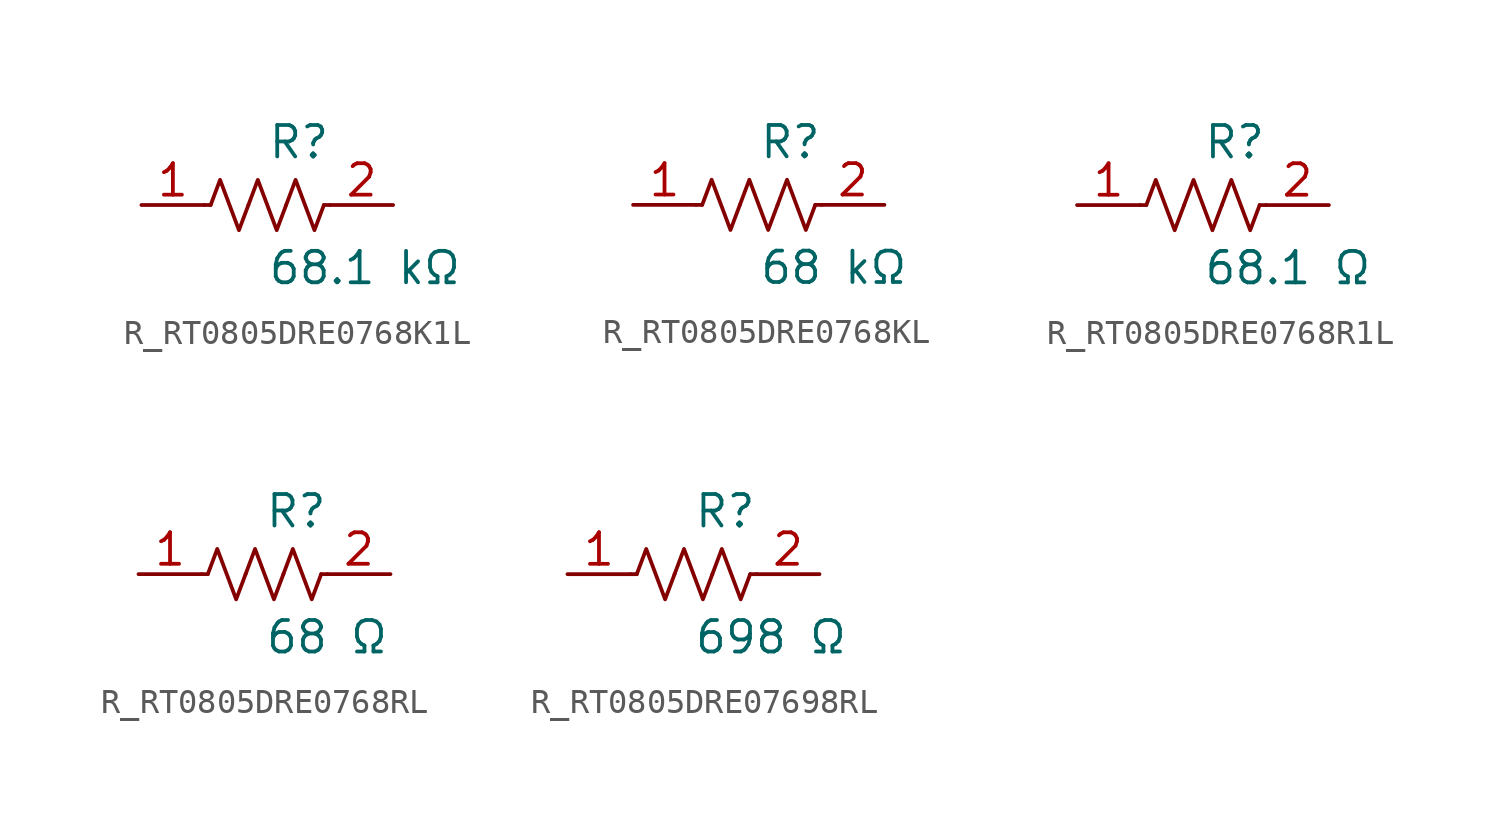
<source format=kicad_sym>
(kicad_symbol_lib
  (version 20231120)
  (generator kicad_symbol_editor)
  (generator_version 8.0)
  (symbol "R_RT0805DRE0768K1L"
    (pin_names
      (offset 0.254))
    (property "Reference" "R"
      (at 0 2.54 0)
      (effects (font (size 1.27 1.27)) (justify left)))
    (property "Value" "68.1 kΩ"
      (at 0 -2.54 0)
      (effects (font (size 1.27 1.27)) (justify left)))
    (symbol "R_RT0805DRE0768K1L_0_1"
      (polyline (pts (xy 2.286 0) (xy 2.54 0)) (stroke (width 0) (type default)) (fill (type none)))
      (polyline (pts (xy -2.286 0) (xy -2.54 0)) (stroke (width 0) (type default)) (fill (type none)))
      (polyline (pts (xy 0.762 0) (xy 1.143 1.016) (xy 1.524 0) (xy 1.905 -1.016) (xy 2.286 0)) (stroke (width 0) (type default)) (fill (type none)))
      (polyline (pts (xy -0.762 0) (xy -0.381 1.016) (xy 0 0) (xy 0.381 -1.016) (xy 0.762 0)) (stroke (width 0) (type default)) (fill (type none)))
      (polyline (pts (xy -2.286 0) (xy -1.905 1.016) (xy -1.524 0) (xy -1.143 -1.016) (xy -0.762 0)) (stroke (width 0) (type default)) (fill (type none))))
    (pin passive line
      (at -5.08 0 0)
      (length 2.54)
      (name "" (effects (font (size 1.27 1.27))))
      (number "1" (effects (font (size 1.27 1.27)))))
    (pin passive line
      (at 5.08 0 180)
      (length 2.54)
      (name "" (effects (font (size 1.27 1.27))))
      (number "2" (effects (font (size 1.27 1.27))))))
  (symbol "R_RT0805DRE0768KL"
    (pin_names
      (offset 0.254))
    (property "Reference" "R"
      (at 0 2.54 0)
      (effects (font (size 1.27 1.27)) (justify left)))
    (property "Value" "68 kΩ"
      (at 0 -2.54 0)
      (effects (font (size 1.27 1.27)) (justify left)))
    (symbol "R_RT0805DRE0768KL_0_1"
      (polyline (pts (xy 2.286 0) (xy 2.54 0)) (stroke (width 0) (type default)) (fill (type none)))
      (polyline (pts (xy -2.286 0) (xy -2.54 0)) (stroke (width 0) (type default)) (fill (type none)))
      (polyline (pts (xy 0.762 0) (xy 1.143 1.016) (xy 1.524 0) (xy 1.905 -1.016) (xy 2.286 0)) (stroke (width 0) (type default)) (fill (type none)))
      (polyline (pts (xy -0.762 0) (xy -0.381 1.016) (xy 0 0) (xy 0.381 -1.016) (xy 0.762 0)) (stroke (width 0) (type default)) (fill (type none)))
      (polyline (pts (xy -2.286 0) (xy -1.905 1.016) (xy -1.524 0) (xy -1.143 -1.016) (xy -0.762 0)) (stroke (width 0) (type default)) (fill (type none))))
    (pin passive line
      (at -5.08 0 0)
      (length 2.54)
      (name "" (effects (font (size 1.27 1.27))))
      (number "1" (effects (font (size 1.27 1.27)))))
    (pin passive line
      (at 5.08 0 180)
      (length 2.54)
      (name "" (effects (font (size 1.27 1.27))))
      (number "2" (effects (font (size 1.27 1.27))))))
  (symbol "R_RT0805DRE0768R1L"
    (pin_names
      (offset 0.254))
    (property "Reference" "R"
      (at 0 2.54 0)
      (effects (font (size 1.27 1.27)) (justify left)))
    (property "Value" "68.1 Ω"
      (at 0 -2.54 0)
      (effects (font (size 1.27 1.27)) (justify left)))
    (symbol "R_RT0805DRE0768R1L_0_1"
      (polyline (pts (xy 2.286 0) (xy 2.54 0)) (stroke (width 0) (type default)) (fill (type none)))
      (polyline (pts (xy -2.286 0) (xy -2.54 0)) (stroke (width 0) (type default)) (fill (type none)))
      (polyline (pts (xy 0.762 0) (xy 1.143 1.016) (xy 1.524 0) (xy 1.905 -1.016) (xy 2.286 0)) (stroke (width 0) (type default)) (fill (type none)))
      (polyline (pts (xy -0.762 0) (xy -0.381 1.016) (xy 0 0) (xy 0.381 -1.016) (xy 0.762 0)) (stroke (width 0) (type default)) (fill (type none)))
      (polyline (pts (xy -2.286 0) (xy -1.905 1.016) (xy -1.524 0) (xy -1.143 -1.016) (xy -0.762 0)) (stroke (width 0) (type default)) (fill (type none))))
    (pin passive line
      (at -5.08 0 0)
      (length 2.54)
      (name "" (effects (font (size 1.27 1.27))))
      (number "1" (effects (font (size 1.27 1.27)))))
    (pin passive line
      (at 5.08 0 180)
      (length 2.54)
      (name "" (effects (font (size 1.27 1.27))))
      (number "2" (effects (font (size 1.27 1.27))))))
  (symbol "R_RT0805DRE0768RL"
    (pin_names
      (offset 0.254))
    (property "Reference" "R"
      (at 0 2.54 0)
      (effects (font (size 1.27 1.27)) (justify left)))
    (property "Value" "68 Ω"
      (at 0 -2.54 0)
      (effects (font (size 1.27 1.27)) (justify left)))
    (symbol "R_RT0805DRE0768RL_0_1"
      (polyline (pts (xy 2.286 0) (xy 2.54 0)) (stroke (width 0) (type default)) (fill (type none)))
      (polyline (pts (xy -2.286 0) (xy -2.54 0)) (stroke (width 0) (type default)) (fill (type none)))
      (polyline (pts (xy 0.762 0) (xy 1.143 1.016) (xy 1.524 0) (xy 1.905 -1.016) (xy 2.286 0)) (stroke (width 0) (type default)) (fill (type none)))
      (polyline (pts (xy -0.762 0) (xy -0.381 1.016) (xy 0 0) (xy 0.381 -1.016) (xy 0.762 0)) (stroke (width 0) (type default)) (fill (type none)))
      (polyline (pts (xy -2.286 0) (xy -1.905 1.016) (xy -1.524 0) (xy -1.143 -1.016) (xy -0.762 0)) (stroke (width 0) (type default)) (fill (type none))))
    (pin passive line
      (at -5.08 0 0)
      (length 2.54)
      (name "" (effects (font (size 1.27 1.27))))
      (number "1" (effects (font (size 1.27 1.27)))))
    (pin passive line
      (at 5.08 0 180)
      (length 2.54)
      (name "" (effects (font (size 1.27 1.27))))
      (number "2" (effects (font (size 1.27 1.27))))))
  (symbol "R_RT0805DRE07698RL"
    (pin_names
      (offset 0.254))
    (property "Reference" "R"
      (at 0 2.54 0)
      (effects (font (size 1.27 1.27)) (justify left)))
    (property "Value" "698 Ω"
      (at 0 -2.54 0)
      (effects (font (size 1.27 1.27)) (justify left)))
    (symbol "R_RT0805DRE07698RL_0_1"
      (polyline (pts (xy 2.286 0) (xy 2.54 0)) (stroke (width 0) (type default)) (fill (type none)))
      (polyline (pts (xy -2.286 0) (xy -2.54 0)) (stroke (width 0) (type default)) (fill (type none)))
      (polyline (pts (xy 0.762 0) (xy 1.143 1.016) (xy 1.524 0) (xy 1.905 -1.016) (xy 2.286 0)) (stroke (width 0) (type default)) (fill (type none)))
      (polyline (pts (xy -0.762 0) (xy -0.381 1.016) (xy 0 0) (xy 0.381 -1.016) (xy 0.762 0)) (stroke (width 0) (type default)) (fill (type none)))
      (polyline (pts (xy -2.286 0) (xy -1.905 1.016) (xy -1.524 0) (xy -1.143 -1.016) (xy -0.762 0)) (stroke (width 0) (type default)) (fill (type none))))
    (pin passive line
      (at -5.08 0 0)
      (length 2.54)
      (name "" (effects (font (size 1.27 1.27))))
      (number "1" (effects (font (size 1.27 1.27)))))
    (pin passive line
      (at 5.08 0 180)
      (length 2.54)
      (name "" (effects (font (size 1.27 1.27))))
      (number "2" (effects (font (size 1.27 1.27)))))))
</source>
